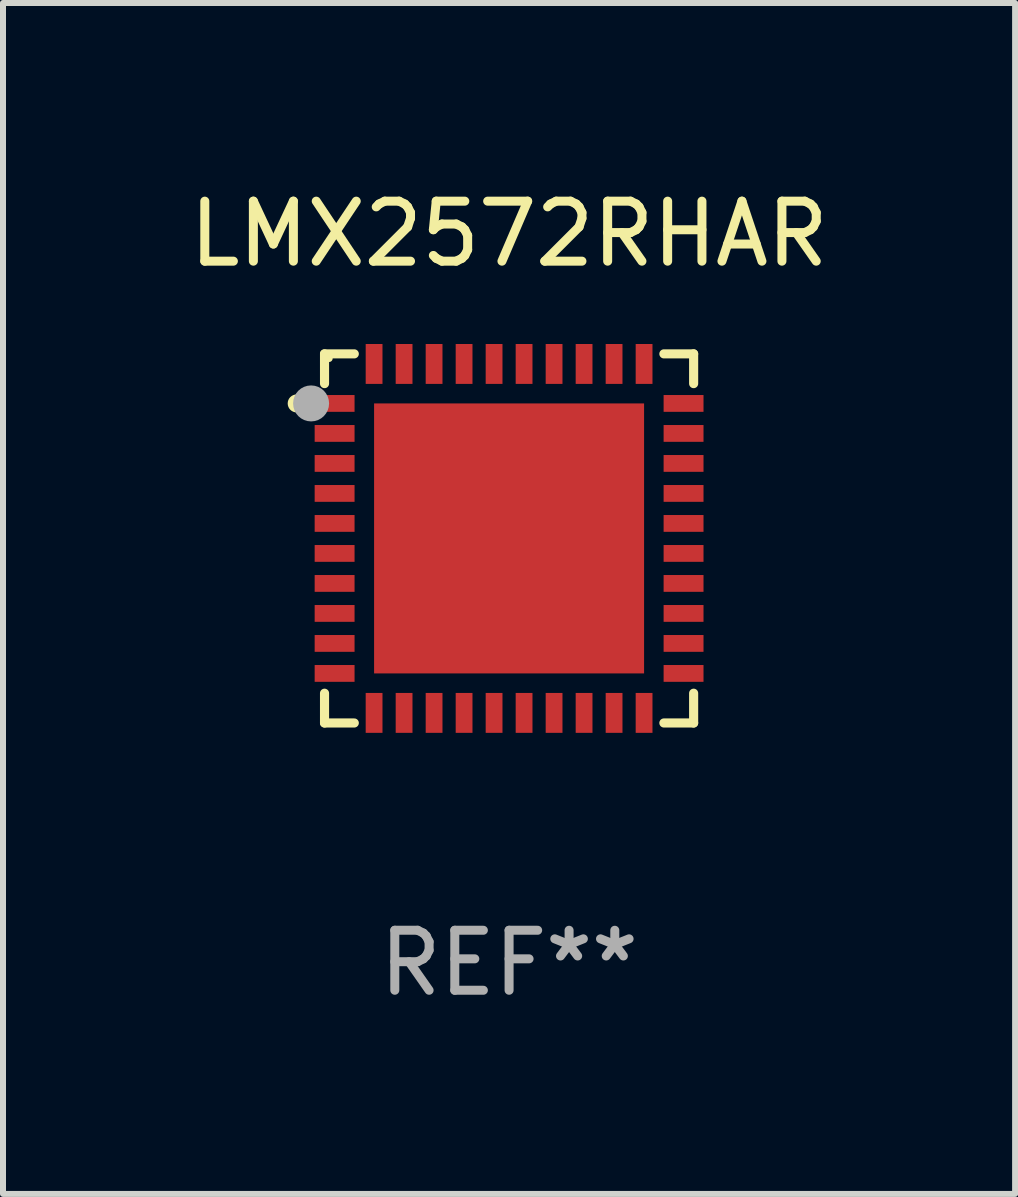
<source format=kicad_pcb>
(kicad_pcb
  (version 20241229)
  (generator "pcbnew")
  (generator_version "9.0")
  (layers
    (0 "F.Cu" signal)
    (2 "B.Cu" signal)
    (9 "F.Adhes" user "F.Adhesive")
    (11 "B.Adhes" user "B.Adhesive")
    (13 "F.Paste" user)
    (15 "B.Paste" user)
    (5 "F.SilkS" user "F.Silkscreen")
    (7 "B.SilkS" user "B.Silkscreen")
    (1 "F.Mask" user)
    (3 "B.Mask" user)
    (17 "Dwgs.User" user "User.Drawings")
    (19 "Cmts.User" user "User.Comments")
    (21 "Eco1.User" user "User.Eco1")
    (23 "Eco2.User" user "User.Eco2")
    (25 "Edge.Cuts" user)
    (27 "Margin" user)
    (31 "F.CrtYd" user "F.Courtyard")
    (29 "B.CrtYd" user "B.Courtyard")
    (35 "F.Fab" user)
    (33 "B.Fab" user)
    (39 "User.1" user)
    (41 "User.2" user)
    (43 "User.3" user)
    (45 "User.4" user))
  (footprint "LMX2572RHAR"
    (layer "F.Cu")
    (at 5.435 5.924)
    (property "Reference" "LMX2572RHAR" (at 0 -5.076 0) (layer "F.SilkS") (effects (font (size 1 1) (thickness 0.15))))
    (attr through_hole)
    (fp_line (start -3.076 -3.076) (end -3.076 -2.58) (stroke (width 0.152) (type solid)) (layer "F.SilkS"))
    (fp_line (start -3.076 3.076) (end -3.076 2.58) (stroke (width 0.152) (type solid)) (layer "F.SilkS"))
    (fp_line (start -2.58 -3.076) (end -3.076 -3.076) (stroke (width 0.152) (type solid)) (layer "F.SilkS"))
    (fp_line (start -2.58 3.076) (end -3.076 3.076) (stroke (width 0.152) (type solid)) (layer "F.SilkS"))
    (fp_line (start 2.58 -3.076) (end 3.076 -3.076) (stroke (width 0.152) (type solid)) (layer "F.SilkS"))
    (fp_line (start 2.58 3.076) (end 3.076 3.076) (stroke (width 0.152) (type solid)) (layer "F.SilkS"))
    (fp_line (start 3.076 -3.076) (end 3.076 -2.58) (stroke (width 0.152) (type solid)) (layer "F.SilkS"))
    (fp_line (start 3.076 3.076) (end 3.076 2.58) (stroke (width 0.152) (type solid)) (layer "F.SilkS"))
    (fp_circle (center -3.54 -2.25) (end -3.465 -2.25) (stroke (width 0.15) (type solid)) (fill no) (layer "F.SilkS"))
    (fp_circle (center -3 -3) (end -2.97 -3) (stroke (width 0.06) (type solid)) (fill no) (layer "F.SilkS"))
    (fp_circle (center -3.3 -2.25) (end -3.15 -2.25) (stroke (width 0.3) (type solid)) (fill no) (layer "F.Fab"))
    (fp_text user "REF**" (at 0 7.076 0) (layer "F.Fab") (effects (font (size 1 1) (thickness 0.15))))
    (pad "1" smd rect (at -2.908 -2.25) (size 0.665 0.28) (layers "F.Cu" "F.Mask" "F.Paste"))
    (pad "2" smd rect (at -2.908 -1.75) (size 0.665 0.28) (layers "F.Cu" "F.Mask" "F.Paste"))
    (pad "3" smd rect (at -2.908 -1.25) (size 0.665 0.28) (layers "F.Cu" "F.Mask" "F.Paste"))
    (pad "4" smd rect (at -2.908 -0.75) (size 0.665 0.28) (layers "F.Cu" "F.Mask" "F.Paste"))
    (pad "5" smd rect (at -2.908 -0.25) (size 0.665 0.28) (layers "F.Cu" "F.Mask" "F.Paste"))
    (pad "6" smd rect (at -2.908 0.25) (size 0.665 0.28) (layers "F.Cu" "F.Mask" "F.Paste"))
    (pad "7" smd rect (at -2.908 0.75) (size 0.665 0.28) (layers "F.Cu" "F.Mask" "F.Paste"))
    (pad "8" smd rect (at -2.908 1.25) (size 0.665 0.28) (layers "F.Cu" "F.Mask" "F.Paste"))
    (pad "9" smd rect (at -2.908 1.75) (size 0.665 0.28) (layers "F.Cu" "F.Mask" "F.Paste"))
    (pad "10" smd rect (at -2.908 2.25) (size 0.665 0.28) (layers "F.Cu" "F.Mask" "F.Paste"))
    (pad "11" smd rect (at -2.25 2.908) (size 0.28 0.665) (layers "F.Cu" "F.Mask" "F.Paste"))
    (pad "12" smd rect (at -1.75 2.908) (size 0.28 0.665) (layers "F.Cu" "F.Mask" "F.Paste"))
    (pad "13" smd rect (at -1.25 2.908) (size 0.28 0.665) (layers "F.Cu" "F.Mask" "F.Paste"))
    (pad "14" smd rect (at -0.75 2.908) (size 0.28 0.665) (layers "F.Cu" "F.Mask" "F.Paste"))
    (pad "15" smd rect (at -0.25 2.908) (size 0.28 0.665) (layers "F.Cu" "F.Mask" "F.Paste"))
    (pad "16" smd rect (at 0.25 2.908) (size 0.28 0.665) (layers "F.Cu" "F.Mask" "F.Paste"))
    (pad "17" smd rect (at 0.75 2.908) (size 0.28 0.665) (layers "F.Cu" "F.Mask" "F.Paste"))
    (pad "18" smd rect (at 1.25 2.908) (size 0.28 0.665) (layers "F.Cu" "F.Mask" "F.Paste"))
    (pad "19" smd rect (at 1.75 2.908) (size 0.28 0.665) (layers "F.Cu" "F.Mask" "F.Paste"))
    (pad "20" smd rect (at 2.25 2.908) (size 0.28 0.665) (layers "F.Cu" "F.Mask" "F.Paste"))
    (pad "21" smd rect (at 2.908 2.25) (size 0.665 0.28) (layers "F.Cu" "F.Mask" "F.Paste"))
    (pad "22" smd rect (at 2.908 1.75) (size 0.665 0.28) (layers "F.Cu" "F.Mask" "F.Paste"))
    (pad "23" smd rect (at 2.908 1.25) (size 0.665 0.28) (layers "F.Cu" "F.Mask" "F.Paste"))
    (pad "24" smd rect (at 2.908 0.75) (size 0.665 0.28) (layers "F.Cu" "F.Mask" "F.Paste"))
    (pad "25" smd rect (at 2.908 0.25) (size 0.665 0.28) (layers "F.Cu" "F.Mask" "F.Paste"))
    (pad "26" smd rect (at 2.908 -0.25) (size 0.665 0.28) (layers "F.Cu" "F.Mask" "F.Paste"))
    (pad "27" smd rect (at 2.908 -0.75) (size 0.665 0.28) (layers "F.Cu" "F.Mask" "F.Paste"))
    (pad "28" smd rect (at 2.908 -1.25) (size 0.665 0.28) (layers "F.Cu" "F.Mask" "F.Paste"))
    (pad "29" smd rect (at 2.908 -1.75) (size 0.665 0.28) (layers "F.Cu" "F.Mask" "F.Paste"))
    (pad "30" smd rect (at 2.908 -2.25) (size 0.665 0.28) (layers "F.Cu" "F.Mask" "F.Paste"))
    (pad "31" smd rect (at 2.25 -2.908) (size 0.28 0.665) (layers "F.Cu" "F.Mask" "F.Paste"))
    (pad "32" smd rect (at 1.75 -2.908) (size 0.28 0.665) (layers "F.Cu" "F.Mask" "F.Paste"))
    (pad "33" smd rect (at 1.25 -2.908) (size 0.28 0.665) (layers "F.Cu" "F.Mask" "F.Paste"))
    (pad "34" smd rect (at 0.75 -2.908) (size 0.28 0.665) (layers "F.Cu" "F.Mask" "F.Paste"))
    (pad "35" smd rect (at 0.25 -2.908) (size 0.28 0.665) (layers "F.Cu" "F.Mask" "F.Paste"))
    (pad "36" smd rect (at -0.25 -2.908) (size 0.28 0.665) (layers "F.Cu" "F.Mask" "F.Paste"))
    (pad "37" smd rect (at -0.75 -2.908) (size 0.28 0.665) (layers "F.Cu" "F.Mask" "F.Paste"))
    (pad "38" smd rect (at -1.25 -2.908) (size 0.28 0.665) (layers "F.Cu" "F.Mask" "F.Paste"))
    (pad "39" smd rect (at -1.75 -2.908) (size 0.28 0.665) (layers "F.Cu" "F.Mask" "F.Paste"))
    (pad "40" smd rect (at -2.25 -2.908) (size 0.28 0.665) (layers "F.Cu" "F.Mask" "F.Paste"))
    (pad "41" smd rect (at 0 0) (size 4.5 4.5) (layers "F.Cu" "F.Mask" "F.Paste")))
  (gr_rect
    (start -3 -3)
    (end 13.869 16.849)
    (stroke (width 0.1) (type default))
    (fill no)
    (layer "Edge.Cuts")))
</source>
